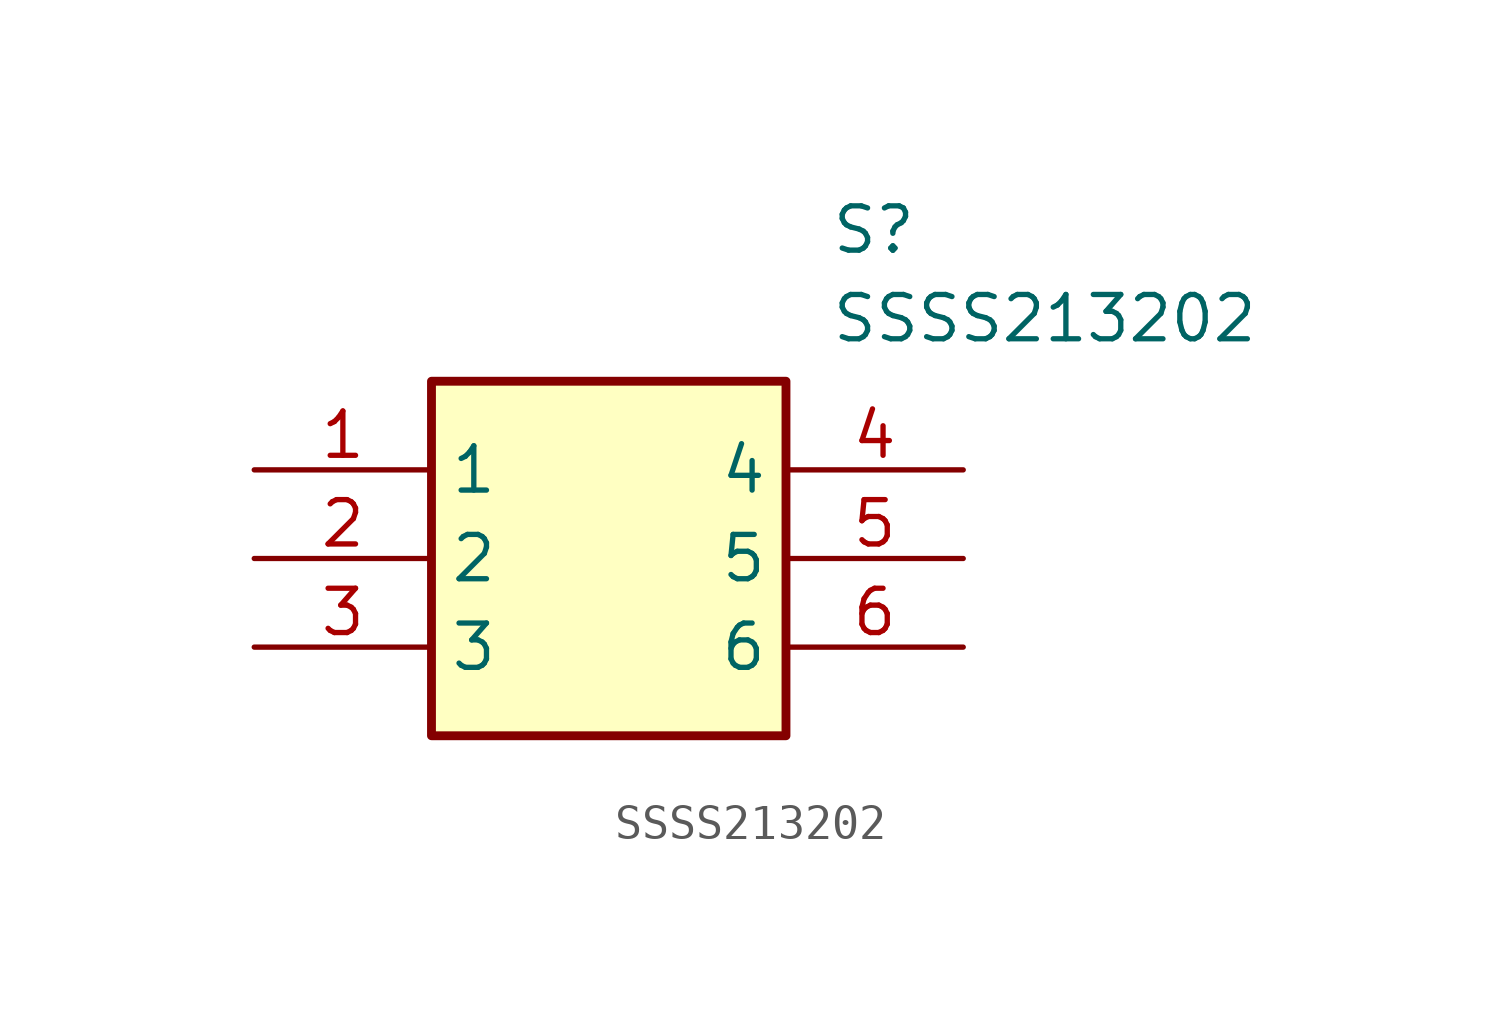
<source format=kicad_sym>
(kicad_symbol_lib
  (version 20211014)
  (generator SamacSys_ECAD_Model)
  (symbol "SSSS213202"
    (property "Reference" "S"
      (at 16.51 7.62 0)
      (effects (font (size 1.27 1.27)) (justify left top)))
    (property "Value" "SSSS213202"
      (at 16.51 5.08 0)
      (effects (font (size 1.27 1.27)) (justify left top)))
    (rectangle
      (start 5.08 2.54)
      (end 15.24 -7.62)
      (stroke (width 0.254) (type default))
      (fill (type background)))
    (pin passive line
      (at 0 0 0)
      (length 5.08)
      (name "1" (effects (font (size 1.27 1.27))))
      (number "1" (effects (font (size 1.27 1.27)))))
    (pin passive line
      (at 0 -2.54 0)
      (length 5.08)
      (name "2" (effects (font (size 1.27 1.27))))
      (number "2" (effects (font (size 1.27 1.27)))))
    (pin passive line
      (at 0 -5.08 0)
      (length 5.08)
      (name "3" (effects (font (size 1.27 1.27))))
      (number "3" (effects (font (size 1.27 1.27)))))
    (pin passive line
      (at 20.32 0 180)
      (length 5.08)
      (name "4" (effects (font (size 1.27 1.27))))
      (number "4" (effects (font (size 1.27 1.27)))))
    (pin passive line
      (at 20.32 -2.54 180)
      (length 5.08)
      (name "5" (effects (font (size 1.27 1.27))))
      (number "5" (effects (font (size 1.27 1.27)))))
    (pin passive line
      (at 20.32 -5.08 180)
      (length 5.08)
      (name "6" (effects (font (size 1.27 1.27))))
      (number "6" (effects (font (size 1.27 1.27)))))))
</source>
